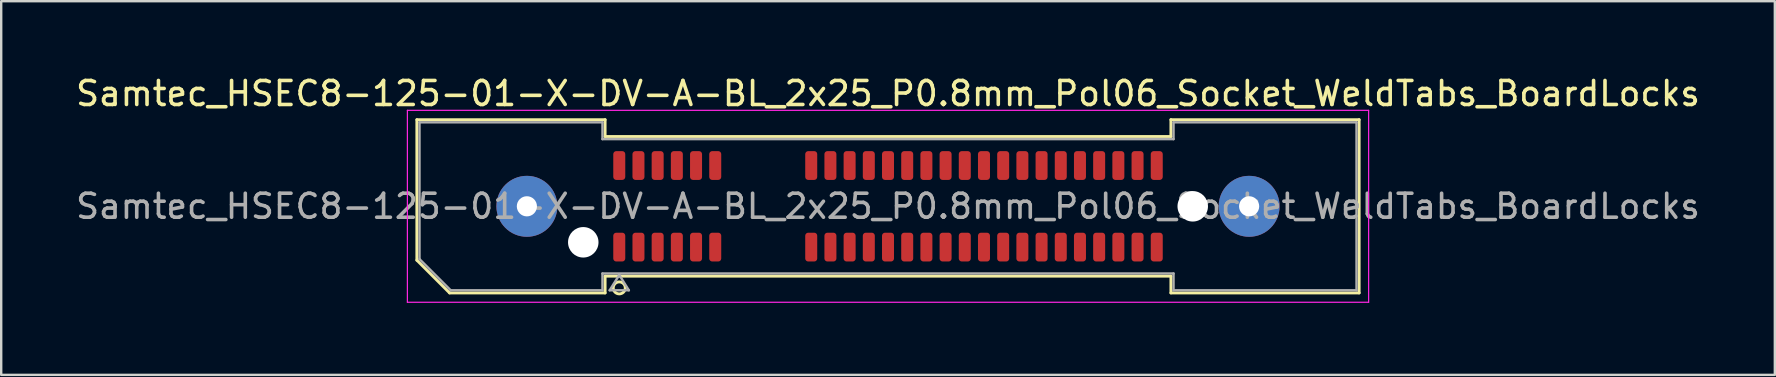
<source format=kicad_pcb>
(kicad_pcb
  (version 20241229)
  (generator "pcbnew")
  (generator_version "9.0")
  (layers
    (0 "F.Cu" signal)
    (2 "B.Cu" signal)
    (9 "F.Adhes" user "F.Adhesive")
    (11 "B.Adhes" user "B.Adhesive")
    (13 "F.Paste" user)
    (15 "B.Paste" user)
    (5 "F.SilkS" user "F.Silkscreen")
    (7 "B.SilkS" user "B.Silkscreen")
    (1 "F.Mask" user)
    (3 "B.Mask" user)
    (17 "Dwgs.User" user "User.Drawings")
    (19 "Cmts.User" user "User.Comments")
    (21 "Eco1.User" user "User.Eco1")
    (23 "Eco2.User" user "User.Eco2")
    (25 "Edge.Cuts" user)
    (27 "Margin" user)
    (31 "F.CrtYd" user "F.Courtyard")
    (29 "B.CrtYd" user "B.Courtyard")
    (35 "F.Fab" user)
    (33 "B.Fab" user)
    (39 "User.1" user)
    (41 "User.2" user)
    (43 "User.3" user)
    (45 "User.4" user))
  (footprint "Samtec_HSEC8-125-01-X-DV-A-BL_2x25_P0.8mm_Pol06_Socket_WeldTabs_BoardLocks"
    (layer "F.Cu")
    (at 33.958 5.548)
    (property "Reference" "Samtec_HSEC8-125-01-X-DV-A-BL_2x25_P0.8mm_Pol06_Socket_WeldTabs_BoardLocks" (at 0 -4.7 0) (layer "F.SilkS") (effects (font (size 1 1) (thickness 0.15))))
    (attr smd)
    (fp_line (start -19.635 -3.61) (end -11.79 -3.61) (stroke (width 0.12) (type solid)) (layer "F.SilkS"))
    (fp_line (start -19.635 2.246) (end -19.635 -3.61) (stroke (width 0.12) (type solid)) (layer "F.SilkS"))
    (fp_line (start -18.271 3.61) (end -19.635 2.246) (stroke (width 0.12) (type solid)) (layer "F.SilkS"))
    (fp_line (start -11.79 -3.61) (end -11.79 -2.91) (stroke (width 0.12) (type solid)) (layer "F.SilkS"))
    (fp_line (start -11.79 -2.91) (end 11.79 -2.91) (stroke (width 0.12) (type solid)) (layer "F.SilkS"))
    (fp_line (start -11.79 2.91) (end -11.79 3.61) (stroke (width 0.12) (type solid)) (layer "F.SilkS"))
    (fp_line (start -11.79 3.61) (end -18.271 3.61) (stroke (width 0.12) (type solid)) (layer "F.SilkS"))
    (fp_line (start 11.79 -3.61) (end 19.635 -3.61) (stroke (width 0.12) (type solid)) (layer "F.SilkS"))
    (fp_line (start 11.79 -2.91) (end 11.79 -3.61) (stroke (width 0.12) (type solid)) (layer "F.SilkS"))
    (fp_line (start 11.79 2.91) (end -11.79 2.91) (stroke (width 0.12) (type solid)) (layer "F.SilkS"))
    (fp_line (start 11.79 3.61) (end 11.79 2.91) (stroke (width 0.12) (type solid)) (layer "F.SilkS"))
    (fp_line (start 19.635 -3.61) (end 19.635 3.61) (stroke (width 0.12) (type solid)) (layer "F.SilkS"))
    (fp_line (start 19.635 3.61) (end 11.79 3.61) (stroke (width 0.12) (type solid)) (layer "F.SilkS"))
    (fp_circle (center -11.2 3.4) (end -10.95 3.4) (stroke (width 0.12) (type solid)) (fill no) (layer "F.SilkS"))
    (fp_line (start -20.03 -4) (end -20.03 4) (stroke (width 0.05) (type solid)) (layer "F.CrtYd"))
    (fp_line (start -20.03 4) (end 20.03 4) (stroke (width 0.05) (type solid)) (layer "F.CrtYd"))
    (fp_line (start 20.03 -4) (end -20.03 -4) (stroke (width 0.05) (type solid)) (layer "F.CrtYd"))
    (fp_line (start 20.03 4) (end 20.03 -4) (stroke (width 0.05) (type solid)) (layer "F.CrtYd"))
    (fp_line (start -19.525 -3.5) (end -11.9 -3.5) (stroke (width 0.1) (type solid)) (layer "F.Fab"))
    (fp_line (start -19.525 2.2) (end -19.525 -3.5) (stroke (width 0.1) (type solid)) (layer "F.Fab"))
    (fp_line (start -18.225 3.5) (end -19.525 2.2) (stroke (width 0.1) (type solid)) (layer "F.Fab"))
    (fp_line (start -11.9 -3.5) (end -11.9 -2.8) (stroke (width 0.1) (type solid)) (layer "F.Fab"))
    (fp_line (start -11.9 -2.8) (end 11.9 -2.8) (stroke (width 0.1) (type solid)) (layer "F.Fab"))
    (fp_line (start -11.9 2.8) (end -11.9 3.5) (stroke (width 0.1) (type solid)) (layer "F.Fab"))
    (fp_line (start -11.9 3.5) (end -18.225 3.5) (stroke (width 0.1) (type solid)) (layer "F.Fab"))
    (fp_line (start -11.6 3.5) (end -11.2 2.86) (stroke (width 0.1) (type solid)) (layer "F.Fab"))
    (fp_line (start -11.2 2.86) (end -10.8 3.5) (stroke (width 0.1) (type solid)) (layer "F.Fab"))
    (fp_line (start -10.8 3.5) (end -11.6 3.5) (stroke (width 0.1) (type solid)) (layer "F.Fab"))
    (fp_line (start 11.9 -3.5) (end 19.525 -3.5) (stroke (width 0.1) (type solid)) (layer "F.Fab"))
    (fp_line (start 11.9 -2.8) (end 11.9 -3.5) (stroke (width 0.1) (type solid)) (layer "F.Fab"))
    (fp_line (start 11.9 2.8) (end -11.9 2.8) (stroke (width 0.1) (type solid)) (layer "F.Fab"))
    (fp_line (start 11.9 3.5) (end 11.9 2.8) (stroke (width 0.1) (type solid)) (layer "F.Fab"))
    (fp_line (start 19.525 -3.5) (end 19.525 3.5) (stroke (width 0.1) (type solid)) (layer "F.Fab"))
    (fp_line (start 19.525 3.5) (end 11.9 3.5) (stroke (width 0.1) (type solid)) (layer "F.Fab"))
    (fp_text user "${REFERENCE}" (at 0 0 0) (layer "F.Fab") (effects (font (size 1 1) (thickness 0.15))))
    (pad "" thru_hole circle (at -15.05 0) (size 2.54 2.54) (drill 0.84) (layers "*.Cu" "*.Mask" "F.Paste"))
    (pad "" np_thru_hole circle (at -12.7 1.5) (size 1.27 1.27) (drill 1.27) (layers "*.Cu" "*.Mask"))
    (pad "" np_thru_hole circle (at 12.7 0) (size 1.27 1.27) (drill 1.27) (layers "*.Cu" "*.Mask"))
    (pad "" thru_hole circle (at 15.05 0) (size 2.54 2.54) (drill 0.84) (layers "*.Cu" "*.Mask" "F.Paste"))
    (pad "1" smd roundrect (at -11.2 1.7) (size 0.5 1.2) (layers "F.Cu" "F.Mask" "F.Paste") (roundrect_rratio 0.25))
    (pad "2" smd roundrect (at -11.2 -1.7) (size 0.5 1.2) (layers "F.Cu" "F.Mask" "F.Paste") (roundrect_rratio 0.25))
    (pad "3" smd roundrect (at -10.4 1.7) (size 0.5 1.2) (layers "F.Cu" "F.Mask" "F.Paste") (roundrect_rratio 0.25))
    (pad "4" smd roundrect (at -10.4 -1.7) (size 0.5 1.2) (layers "F.Cu" "F.Mask" "F.Paste") (roundrect_rratio 0.25))
    (pad "5" smd roundrect (at -9.6 1.7) (size 0.5 1.2) (layers "F.Cu" "F.Mask" "F.Paste") (roundrect_rratio 0.25))
    (pad "6" smd roundrect (at -9.6 -1.7) (size 0.5 1.2) (layers "F.Cu" "F.Mask" "F.Paste") (roundrect_rratio 0.25))
    (pad "7" smd roundrect (at -8.8 1.7) (size 0.5 1.2) (layers "F.Cu" "F.Mask" "F.Paste") (roundrect_rratio 0.25))
    (pad "8" smd roundrect (at -8.8 -1.7) (size 0.5 1.2) (layers "F.Cu" "F.Mask" "F.Paste") (roundrect_rratio 0.25))
    (pad "9" smd roundrect (at -8 1.7) (size 0.5 1.2) (layers "F.Cu" "F.Mask" "F.Paste") (roundrect_rratio 0.25))
    (pad "10" smd roundrect (at -8 -1.7) (size 0.5 1.2) (layers "F.Cu" "F.Mask" "F.Paste") (roundrect_rratio 0.25))
    (pad "11" smd roundrect (at -7.2 1.7) (size 0.5 1.2) (layers "F.Cu" "F.Mask" "F.Paste") (roundrect_rratio 0.25))
    (pad "12" smd roundrect (at -7.2 -1.7) (size 0.5 1.2) (layers "F.Cu" "F.Mask" "F.Paste") (roundrect_rratio 0.25))
    (pad "13" smd roundrect (at -3.2 1.7) (size 0.5 1.2) (layers "F.Cu" "F.Mask" "F.Paste") (roundrect_rratio 0.25))
    (pad "14" smd roundrect (at -3.2 -1.7) (size 0.5 1.2) (layers "F.Cu" "F.Mask" "F.Paste") (roundrect_rratio 0.25))
    (pad "15" smd roundrect (at -2.4 1.7) (size 0.5 1.2) (layers "F.Cu" "F.Mask" "F.Paste") (roundrect_rratio 0.25))
    (pad "16" smd roundrect (at -2.4 -1.7) (size 0.5 1.2) (layers "F.Cu" "F.Mask" "F.Paste") (roundrect_rratio 0.25))
    (pad "17" smd roundrect (at -1.6 1.7) (size 0.5 1.2) (layers "F.Cu" "F.Mask" "F.Paste") (roundrect_rratio 0.25))
    (pad "18" smd roundrect (at -1.6 -1.7) (size 0.5 1.2) (layers "F.Cu" "F.Mask" "F.Paste") (roundrect_rratio 0.25))
    (pad "19" smd roundrect (at -0.8 1.7) (size 0.5 1.2) (layers "F.Cu" "F.Mask" "F.Paste") (roundrect_rratio 0.25))
    (pad "20" smd roundrect (at -0.8 -1.7) (size 0.5 1.2) (layers "F.Cu" "F.Mask" "F.Paste") (roundrect_rratio 0.25))
    (pad "21" smd roundrect (at 0 1.7) (size 0.5 1.2) (layers "F.Cu" "F.Mask" "F.Paste") (roundrect_rratio 0.25))
    (pad "22" smd roundrect (at 0 -1.7) (size 0.5 1.2) (layers "F.Cu" "F.Mask" "F.Paste") (roundrect_rratio 0.25))
    (pad "23" smd roundrect (at 0.8 1.7) (size 0.5 1.2) (layers "F.Cu" "F.Mask" "F.Paste") (roundrect_rratio 0.25))
    (pad "24" smd roundrect (at 0.8 -1.7) (size 0.5 1.2) (layers "F.Cu" "F.Mask" "F.Paste") (roundrect_rratio 0.25))
    (pad "25" smd roundrect (at 1.6 1.7) (size 0.5 1.2) (layers "F.Cu" "F.Mask" "F.Paste") (roundrect_rratio 0.25))
    (pad "26" smd roundrect (at 1.6 -1.7) (size 0.5 1.2) (layers "F.Cu" "F.Mask" "F.Paste") (roundrect_rratio 0.25))
    (pad "27" smd roundrect (at 2.4 1.7) (size 0.5 1.2) (layers "F.Cu" "F.Mask" "F.Paste") (roundrect_rratio 0.25))
    (pad "28" smd roundrect (at 2.4 -1.7) (size 0.5 1.2) (layers "F.Cu" "F.Mask" "F.Paste") (roundrect_rratio 0.25))
    (pad "29" smd roundrect (at 3.2 1.7) (size 0.5 1.2) (layers "F.Cu" "F.Mask" "F.Paste") (roundrect_rratio 0.25))
    (pad "30" smd roundrect (at 3.2 -1.7) (size 0.5 1.2) (layers "F.Cu" "F.Mask" "F.Paste") (roundrect_rratio 0.25))
    (pad "31" smd roundrect (at 4 1.7) (size 0.5 1.2) (layers "F.Cu" "F.Mask" "F.Paste") (roundrect_rratio 0.25))
    (pad "32" smd roundrect (at 4 -1.7) (size 0.5 1.2) (layers "F.Cu" "F.Mask" "F.Paste") (roundrect_rratio 0.25))
    (pad "33" smd roundrect (at 4.8 1.7) (size 0.5 1.2) (layers "F.Cu" "F.Mask" "F.Paste") (roundrect_rratio 0.25))
    (pad "34" smd roundrect (at 4.8 -1.7) (size 0.5 1.2) (layers "F.Cu" "F.Mask" "F.Paste") (roundrect_rratio 0.25))
    (pad "35" smd roundrect (at 5.6 1.7) (size 0.5 1.2) (layers "F.Cu" "F.Mask" "F.Paste") (roundrect_rratio 0.25))
    (pad "36" smd roundrect (at 5.6 -1.7) (size 0.5 1.2) (layers "F.Cu" "F.Mask" "F.Paste") (roundrect_rratio 0.25))
    (pad "37" smd roundrect (at 6.4 1.7) (size 0.5 1.2) (layers "F.Cu" "F.Mask" "F.Paste") (roundrect_rratio 0.25))
    (pad "38" smd roundrect (at 6.4 -1.7) (size 0.5 1.2) (layers "F.Cu" "F.Mask" "F.Paste") (roundrect_rratio 0.25))
    (pad "39" smd roundrect (at 7.2 1.7) (size 0.5 1.2) (layers "F.Cu" "F.Mask" "F.Paste") (roundrect_rratio 0.25))
    (pad "40" smd roundrect (at 7.2 -1.7) (size 0.5 1.2) (layers "F.Cu" "F.Mask" "F.Paste") (roundrect_rratio 0.25))
    (pad "41" smd roundrect (at 8 1.7) (size 0.5 1.2) (layers "F.Cu" "F.Mask" "F.Paste") (roundrect_rratio 0.25))
    (pad "42" smd roundrect (at 8 -1.7) (size 0.5 1.2) (layers "F.Cu" "F.Mask" "F.Paste") (roundrect_rratio 0.25))
    (pad "43" smd roundrect (at 8.8 1.7) (size 0.5 1.2) (layers "F.Cu" "F.Mask" "F.Paste") (roundrect_rratio 0.25))
    (pad "44" smd roundrect (at 8.8 -1.7) (size 0.5 1.2) (layers "F.Cu" "F.Mask" "F.Paste") (roundrect_rratio 0.25))
    (pad "45" smd roundrect (at 9.6 1.7) (size 0.5 1.2) (layers "F.Cu" "F.Mask" "F.Paste") (roundrect_rratio 0.25))
    (pad "46" smd roundrect (at 9.6 -1.7) (size 0.5 1.2) (layers "F.Cu" "F.Mask" "F.Paste") (roundrect_rratio 0.25))
    (pad "47" smd roundrect (at 10.4 1.7) (size 0.5 1.2) (layers "F.Cu" "F.Mask" "F.Paste") (roundrect_rratio 0.25))
    (pad "48" smd roundrect (at 10.4 -1.7) (size 0.5 1.2) (layers "F.Cu" "F.Mask" "F.Paste") (roundrect_rratio 0.25))
    (pad "49" smd roundrect (at 11.2 1.7) (size 0.5 1.2) (layers "F.Cu" "F.Mask" "F.Paste") (roundrect_rratio 0.25))
    (pad "50" smd roundrect (at 11.2 -1.7) (size 0.5 1.2) (layers "F.Cu" "F.Mask" "F.Paste") (roundrect_rratio 0.25)))
  (gr_rect
    (start -3 -3)
    (end 70.917 12.573)
    (stroke (width 0.1) (type default))
    (fill no)
    (layer "Edge.Cuts")))
</source>
